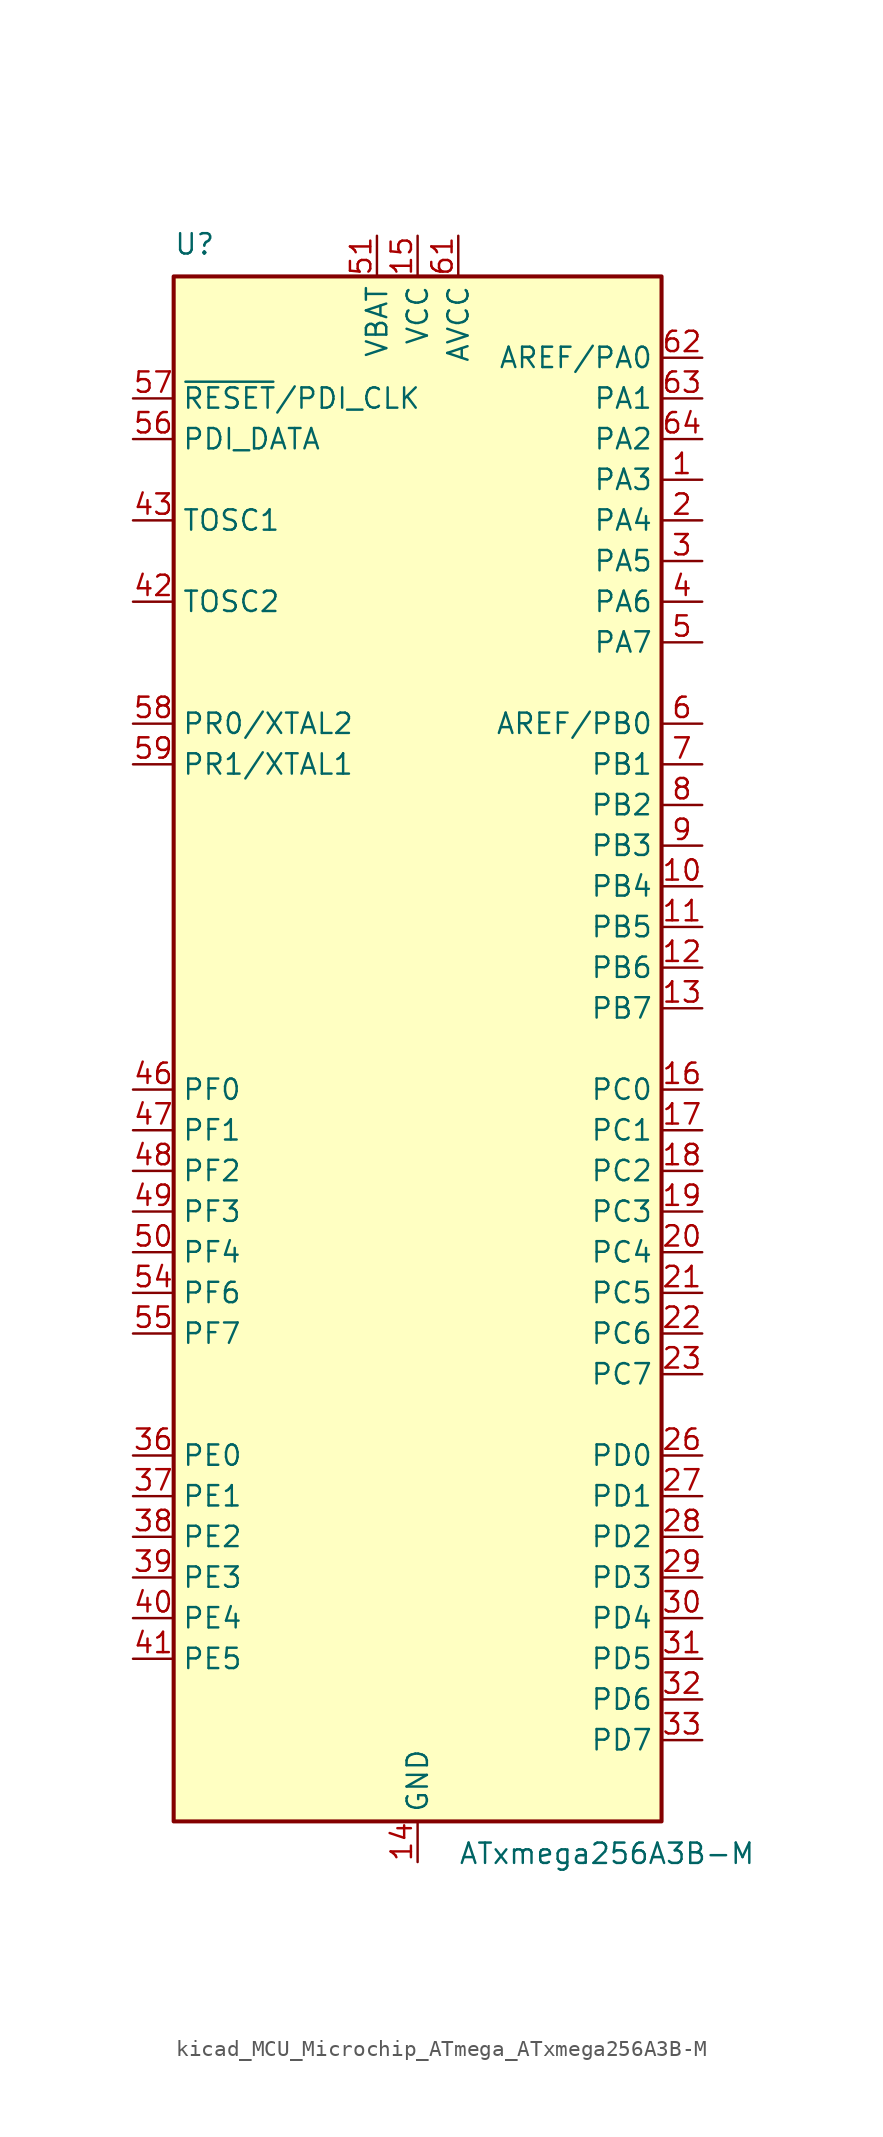
<source format=kicad_sym>
(kicad_symbol_lib
  (version 20220914)
  (generator kicad_symbol_editor)
  (symbol "kicad_MCU_Microchip_ATmega_ATxmega256A3B-M"
    (property "Reference" "U"
      (at -15.24 49.53 0)
      (effects (font (size 1.27 1.27)) (justify left bottom)))
    (property "Value" "ATxmega256A3B-M"
      (at 2.54 -49.53 0)
      (effects (font (size 1.27 1.27)) (justify left top)))
    (symbol "kicad_MCU_Microchip_ATmega_ATxmega256A3B-M_0_1"
      (rectangle (start -15.24 -48.26) (end 15.24 48.26) (stroke (width 0.254) (type default)) (fill (type background))))
    (symbol "kicad_MCU_Microchip_ATmega_ATxmega256A3B-M_1_1"
      (pin bidirectional line (at 17.78 35.56 180) (length 2.54) (name "PA3" (effects (font (size 1.27 1.27)))) (number "1" (effects (font (size 1.27 1.27)))))
      (pin bidirectional line (at 17.78 10.16 180) (length 2.54) (name "PB4" (effects (font (size 1.27 1.27)))) (number "10" (effects (font (size 1.27 1.27)))))
      (pin bidirectional line (at 17.78 7.62 180) (length 2.54) (name "PB5" (effects (font (size 1.27 1.27)))) (number "11" (effects (font (size 1.27 1.27)))))
      (pin bidirectional line (at 17.78 5.08 180) (length 2.54) (name "PB6" (effects (font (size 1.27 1.27)))) (number "12" (effects (font (size 1.27 1.27)))))
      (pin bidirectional line (at 17.78 2.54 180) (length 2.54) (name "PB7" (effects (font (size 1.27 1.27)))) (number "13" (effects (font (size 1.27 1.27)))))
      (pin power_in line (at 0 -50.8 90) (length 2.54) (name "GND" (effects (font (size 1.27 1.27)))) (number "14" (effects (font (size 1.27 1.27)))))
      (pin power_in line (at 0 50.8 270) (length 2.54) (name "VCC" (effects (font (size 1.27 1.27)))) (number "15" (effects (font (size 1.27 1.27)))))
      (pin bidirectional line (at 17.78 -2.54 180) (length 2.54) (name "PC0" (effects (font (size 1.27 1.27)))) (number "16" (effects (font (size 1.27 1.27)))))
      (pin bidirectional line (at 17.78 -5.08 180) (length 2.54) (name "PC1" (effects (font (size 1.27 1.27)))) (number "17" (effects (font (size 1.27 1.27)))))
      (pin bidirectional line (at 17.78 -7.62 180) (length 2.54) (name "PC2" (effects (font (size 1.27 1.27)))) (number "18" (effects (font (size 1.27 1.27)))))
      (pin bidirectional line (at 17.78 -10.16 180) (length 2.54) (name "PC3" (effects (font (size 1.27 1.27)))) (number "19" (effects (font (size 1.27 1.27)))))
      (pin bidirectional line (at 17.78 33.02 180) (length 2.54) (name "PA4" (effects (font (size 1.27 1.27)))) (number "2" (effects (font (size 1.27 1.27)))))
      (pin bidirectional line (at 17.78 -12.7 180) (length 2.54) (name "PC4" (effects (font (size 1.27 1.27)))) (number "20" (effects (font (size 1.27 1.27)))))
      (pin bidirectional line (at 17.78 -15.24 180) (length 2.54) (name "PC5" (effects (font (size 1.27 1.27)))) (number "21" (effects (font (size 1.27 1.27)))))
      (pin bidirectional line (at 17.78 -17.78 180) (length 2.54) (name "PC6" (effects (font (size 1.27 1.27)))) (number "22" (effects (font (size 1.27 1.27)))))
      (pin bidirectional line (at 17.78 -20.32 180) (length 2.54) (name "PC7" (effects (font (size 1.27 1.27)))) (number "23" (effects (font (size 1.27 1.27)))))
      (pin passive line (at 0 -50.8 90) (length 2.54) hide (name "GND" (effects (font (size 1.27 1.27)))) (number "24" (effects (font (size 1.27 1.27)))))
      (pin passive line (at 0 50.8 270) (length 2.54) hide (name "VCC" (effects (font (size 1.27 1.27)))) (number "25" (effects (font (size 1.27 1.27)))))
      (pin bidirectional line (at 17.78 -25.4 180) (length 2.54) (name "PD0" (effects (font (size 1.27 1.27)))) (number "26" (effects (font (size 1.27 1.27)))))
      (pin bidirectional line (at 17.78 -27.94 180) (length 2.54) (name "PD1" (effects (font (size 1.27 1.27)))) (number "27" (effects (font (size 1.27 1.27)))))
      (pin bidirectional line (at 17.78 -30.48 180) (length 2.54) (name "PD2" (effects (font (size 1.27 1.27)))) (number "28" (effects (font (size 1.27 1.27)))))
      (pin bidirectional line (at 17.78 -33.02 180) (length 2.54) (name "PD3" (effects (font (size 1.27 1.27)))) (number "29" (effects (font (size 1.27 1.27)))))
      (pin bidirectional line (at 17.78 30.48 180) (length 2.54) (name "PA5" (effects (font (size 1.27 1.27)))) (number "3" (effects (font (size 1.27 1.27)))))
      (pin bidirectional line (at 17.78 -35.56 180) (length 2.54) (name "PD4" (effects (font (size 1.27 1.27)))) (number "30" (effects (font (size 1.27 1.27)))))
      (pin bidirectional line (at 17.78 -38.1 180) (length 2.54) (name "PD5" (effects (font (size 1.27 1.27)))) (number "31" (effects (font (size 1.27 1.27)))))
      (pin bidirectional line (at 17.78 -40.64 180) (length 2.54) (name "PD6" (effects (font (size 1.27 1.27)))) (number "32" (effects (font (size 1.27 1.27)))))
      (pin bidirectional line (at 17.78 -43.18 180) (length 2.54) (name "PD7" (effects (font (size 1.27 1.27)))) (number "33" (effects (font (size 1.27 1.27)))))
      (pin passive line (at 0 -50.8 90) (length 2.54) hide (name "GND" (effects (font (size 1.27 1.27)))) (number "34" (effects (font (size 1.27 1.27)))))
      (pin passive line (at 0 50.8 270) (length 2.54) hide (name "VCC" (effects (font (size 1.27 1.27)))) (number "35" (effects (font (size 1.27 1.27)))))
      (pin bidirectional line (at -17.78 -25.4 0) (length 2.54) (name "PE0" (effects (font (size 1.27 1.27)))) (number "36" (effects (font (size 1.27 1.27)))))
      (pin bidirectional line (at -17.78 -27.94 0) (length 2.54) (name "PE1" (effects (font (size 1.27 1.27)))) (number "37" (effects (font (size 1.27 1.27)))))
      (pin bidirectional line (at -17.78 -30.48 0) (length 2.54) (name "PE2" (effects (font (size 1.27 1.27)))) (number "38" (effects (font (size 1.27 1.27)))))
      (pin bidirectional line (at -17.78 -33.02 0) (length 2.54) (name "PE3" (effects (font (size 1.27 1.27)))) (number "39" (effects (font (size 1.27 1.27)))))
      (pin bidirectional line (at 17.78 27.94 180) (length 2.54) (name "PA6" (effects (font (size 1.27 1.27)))) (number "4" (effects (font (size 1.27 1.27)))))
      (pin bidirectional line (at -17.78 -35.56 0) (length 2.54) (name "PE4" (effects (font (size 1.27 1.27)))) (number "40" (effects (font (size 1.27 1.27)))))
      (pin bidirectional line (at -17.78 -38.1 0) (length 2.54) (name "PE5" (effects (font (size 1.27 1.27)))) (number "41" (effects (font (size 1.27 1.27)))))
      (pin passive line (at -17.78 27.94 0) (length 2.54) (name "TOSC2" (effects (font (size 1.27 1.27)))) (number "42" (effects (font (size 1.27 1.27)))))
      (pin input line (at -17.78 33.02 0) (length 2.54) (name "TOSC1" (effects (font (size 1.27 1.27)))) (number "43" (effects (font (size 1.27 1.27)))))
      (pin passive line (at 0 -50.8 90) (length 2.54) hide (name "GND" (effects (font (size 1.27 1.27)))) (number "44" (effects (font (size 1.27 1.27)))))
      (pin passive line (at 0 50.8 270) (length 2.54) hide (name "VCC" (effects (font (size 1.27 1.27)))) (number "45" (effects (font (size 1.27 1.27)))))
      (pin bidirectional line (at -17.78 -2.54 0) (length 2.54) (name "PF0" (effects (font (size 1.27 1.27)))) (number "46" (effects (font (size 1.27 1.27)))))
      (pin bidirectional line (at -17.78 -5.08 0) (length 2.54) (name "PF1" (effects (font (size 1.27 1.27)))) (number "47" (effects (font (size 1.27 1.27)))))
      (pin bidirectional line (at -17.78 -7.62 0) (length 2.54) (name "PF2" (effects (font (size 1.27 1.27)))) (number "48" (effects (font (size 1.27 1.27)))))
      (pin bidirectional line (at -17.78 -10.16 0) (length 2.54) (name "PF3" (effects (font (size 1.27 1.27)))) (number "49" (effects (font (size 1.27 1.27)))))
      (pin bidirectional line (at 17.78 25.4 180) (length 2.54) (name "PA7" (effects (font (size 1.27 1.27)))) (number "5" (effects (font (size 1.27 1.27)))))
      (pin bidirectional line (at -17.78 -12.7 0) (length 2.54) (name "PF4" (effects (font (size 1.27 1.27)))) (number "50" (effects (font (size 1.27 1.27)))))
      (pin power_in line (at -2.54 50.8 270) (length 2.54) (name "VBAT" (effects (font (size 1.27 1.27)))) (number "51" (effects (font (size 1.27 1.27)))))
      (pin passive line (at 0 -50.8 90) (length 2.54) hide (name "GND" (effects (font (size 1.27 1.27)))) (number "52" (effects (font (size 1.27 1.27)))))
      (pin passive line (at 0 50.8 270) (length 2.54) hide (name "VCC" (effects (font (size 1.27 1.27)))) (number "53" (effects (font (size 1.27 1.27)))))
      (pin bidirectional line (at -17.78 -15.24 0) (length 2.54) (name "PF6" (effects (font (size 1.27 1.27)))) (number "54" (effects (font (size 1.27 1.27)))))
      (pin bidirectional line (at -17.78 -17.78 0) (length 2.54) (name "PF7" (effects (font (size 1.27 1.27)))) (number "55" (effects (font (size 1.27 1.27)))))
      (pin bidirectional line (at -17.78 38.1 0) (length 2.54) (name "PDI_DATA" (effects (font (size 1.27 1.27)))) (number "56" (effects (font (size 1.27 1.27)))))
      (pin input line (at -17.78 40.64 0) (length 2.54) (name "~{RESET}/PDI_CLK" (effects (font (size 1.27 1.27)))) (number "57" (effects (font (size 1.27 1.27)))))
      (pin bidirectional line (at -17.78 20.32 0) (length 2.54) (name "PR0/XTAL2" (effects (font (size 1.27 1.27)))) (number "58" (effects (font (size 1.27 1.27)))))
      (pin bidirectional line (at -17.78 17.78 0) (length 2.54) (name "PR1/XTAL1" (effects (font (size 1.27 1.27)))) (number "59" (effects (font (size 1.27 1.27)))))
      (pin bidirectional line (at 17.78 20.32 180) (length 2.54) (name "AREF/PB0" (effects (font (size 1.27 1.27)))) (number "6" (effects (font (size 1.27 1.27)))))
      (pin passive line (at 0 -50.8 90) (length 2.54) hide (name "GND" (effects (font (size 1.27 1.27)))) (number "60" (effects (font (size 1.27 1.27)))))
      (pin power_in line (at 2.54 50.8 270) (length 2.54) (name "AVCC" (effects (font (size 1.27 1.27)))) (number "61" (effects (font (size 1.27 1.27)))))
      (pin bidirectional line (at 17.78 43.18 180) (length 2.54) (name "AREF/PA0" (effects (font (size 1.27 1.27)))) (number "62" (effects (font (size 1.27 1.27)))))
      (pin bidirectional line (at 17.78 40.64 180) (length 2.54) (name "PA1" (effects (font (size 1.27 1.27)))) (number "63" (effects (font (size 1.27 1.27)))))
      (pin bidirectional line (at 17.78 38.1 180) (length 2.54) (name "PA2" (effects (font (size 1.27 1.27)))) (number "64" (effects (font (size 1.27 1.27)))))
      (pin passive line (at 0 -50.8 90) (length 2.54) hide (name "GND" (effects (font (size 1.27 1.27)))) (number "65" (effects (font (size 1.27 1.27)))))
      (pin bidirectional line (at 17.78 17.78 180) (length 2.54) (name "PB1" (effects (font (size 1.27 1.27)))) (number "7" (effects (font (size 1.27 1.27)))))
      (pin bidirectional line (at 17.78 15.24 180) (length 2.54) (name "PB2" (effects (font (size 1.27 1.27)))) (number "8" (effects (font (size 1.27 1.27)))))
      (pin bidirectional line (at 17.78 12.7 180) (length 2.54) (name "PB3" (effects (font (size 1.27 1.27)))) (number "9" (effects (font (size 1.27 1.27))))))))
</source>
